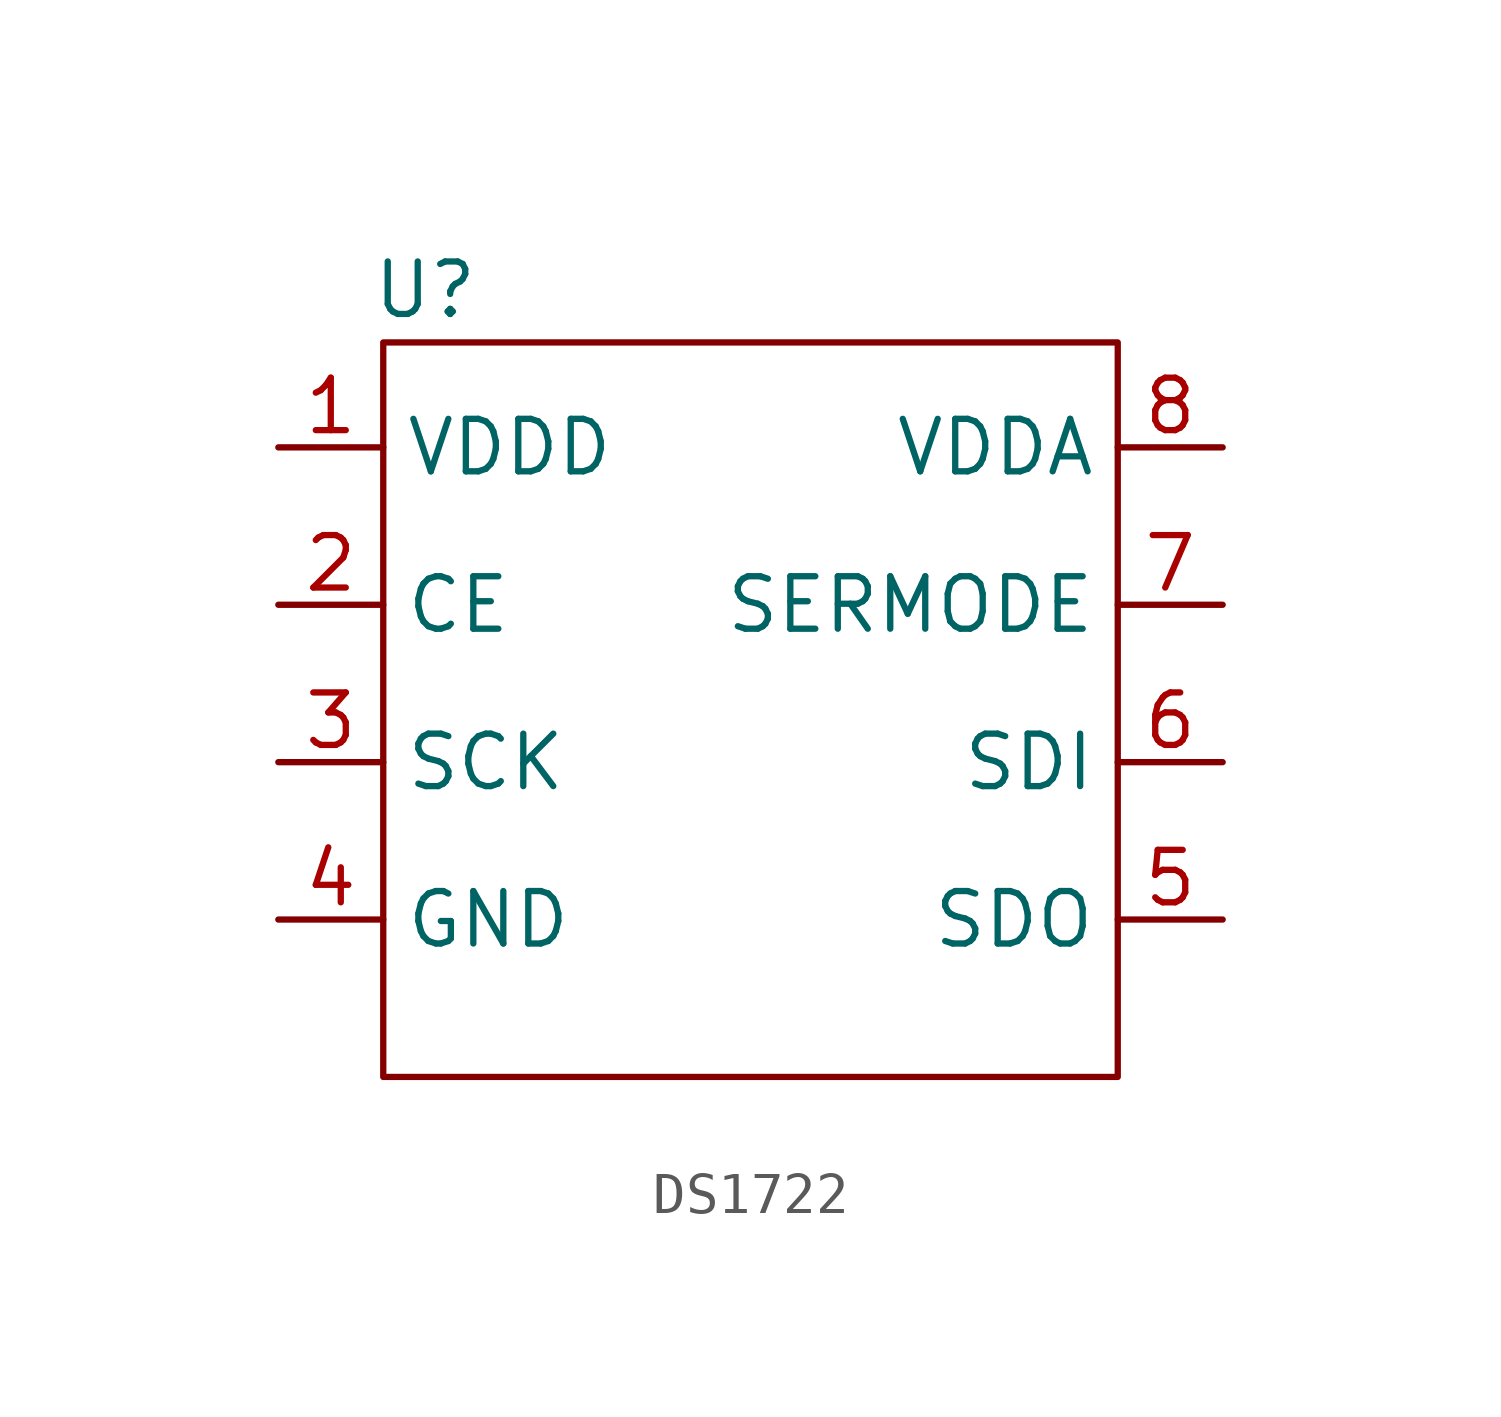
<source format=kicad_sym>
(kicad_symbol_lib
  (version 20231120)
  (generator "kicad_symbol_editor")
  (generator_version "8.0")
  (symbol "DS1722"
    (property "Reference" "U"
      (at -7.874 10.16 0)
      (effects (font (size 1.27 1.27))))
    (property "Value" ""
      (at -8.89 0 0)
      (effects (font (size 1.27 1.27))))
    (symbol "DS1722_0_1"
      (rectangle (start -8.89 8.89) (end 8.89 -8.89) (stroke (width 0) (type default)) (fill (type none))))
    (symbol "DS1722_1_1"
      (pin input line (at -11.43 6.35 0) (length 2.54) (name "VDDD" (effects (font (size 1.27 1.27)))) (number "1" (effects (font (size 1.27 1.27)))))
      (pin input line (at -11.43 2.54 0) (length 2.54) (name "CE" (effects (font (size 1.27 1.27)))) (number "2" (effects (font (size 1.27 1.27)))))
      (pin input line (at -11.43 -1.27 0) (length 2.54) (name "SCK" (effects (font (size 1.27 1.27)))) (number "3" (effects (font (size 1.27 1.27)))))
      (pin input line (at -11.43 -5.08 0) (length 2.54) (name "GND" (effects (font (size 1.27 1.27)))) (number "4" (effects (font (size 1.27 1.27)))))
      (pin input line (at 11.43 -5.08 180) (length 2.54) (name "SDO" (effects (font (size 1.27 1.27)))) (number "5" (effects (font (size 1.27 1.27)))))
      (pin input line (at 11.43 -1.27 180) (length 2.54) (name "SDI" (effects (font (size 1.27 1.27)))) (number "6" (effects (font (size 1.27 1.27)))))
      (pin input line (at 11.43 2.54 180) (length 2.54) (name "SERMODE" (effects (font (size 1.27 1.27)))) (number "7" (effects (font (size 1.27 1.27)))))
      (pin input line (at 11.43 6.35 180) (length 2.54) (name "VDDA" (effects (font (size 1.27 1.27)))) (number "8" (effects (font (size 1.27 1.27))))))))
</source>
